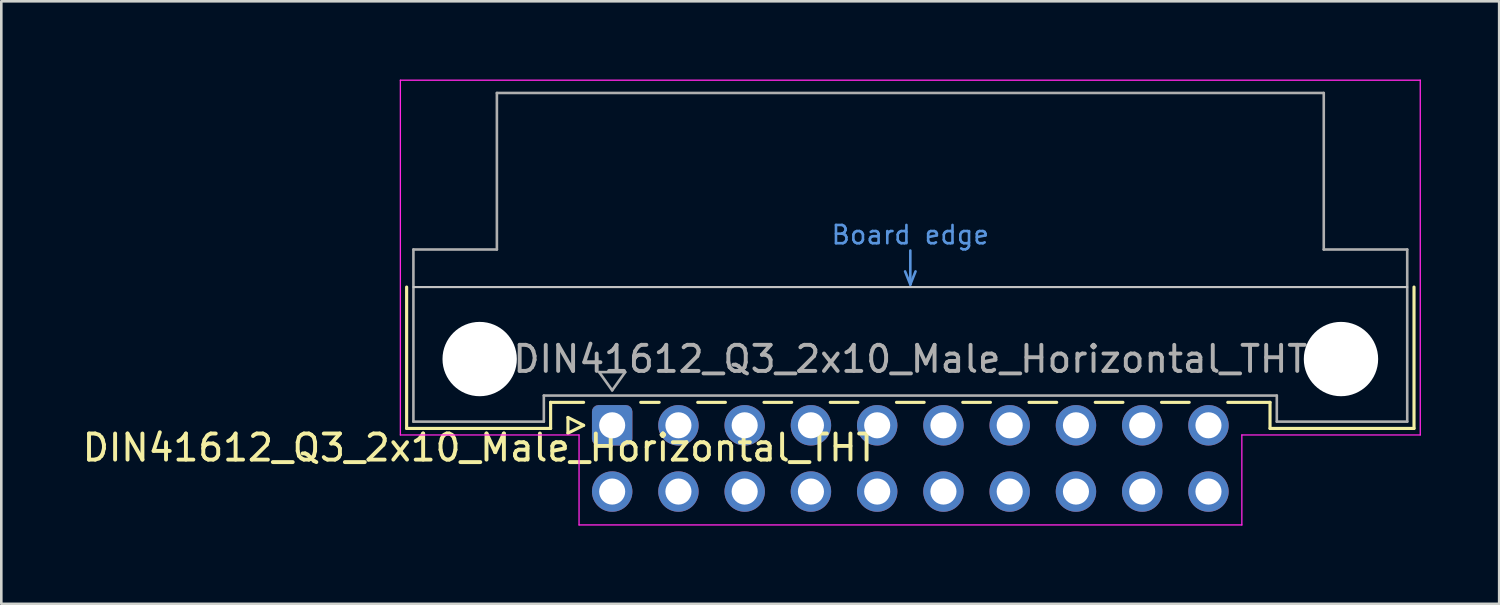
<source format=kicad_pcb>
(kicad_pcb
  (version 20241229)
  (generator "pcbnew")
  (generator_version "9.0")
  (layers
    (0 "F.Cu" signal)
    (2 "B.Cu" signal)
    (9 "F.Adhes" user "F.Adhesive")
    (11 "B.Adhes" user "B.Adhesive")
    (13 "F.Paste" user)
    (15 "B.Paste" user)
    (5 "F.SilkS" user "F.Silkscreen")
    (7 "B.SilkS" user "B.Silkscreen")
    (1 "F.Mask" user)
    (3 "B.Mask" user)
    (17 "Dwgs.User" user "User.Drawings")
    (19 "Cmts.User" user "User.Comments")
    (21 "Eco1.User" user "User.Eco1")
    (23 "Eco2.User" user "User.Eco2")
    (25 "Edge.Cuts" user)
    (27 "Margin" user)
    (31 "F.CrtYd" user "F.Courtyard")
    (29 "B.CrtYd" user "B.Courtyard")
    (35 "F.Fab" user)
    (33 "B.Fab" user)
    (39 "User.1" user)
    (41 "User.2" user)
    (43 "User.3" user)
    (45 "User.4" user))
  (footprint "DIN41612_Q3_2x10_Male_Horizontal_THT"
    (layer "F.Cu")
    (at 20.419 13.255)
    (property "Reference" "DIN41612_Q3_2x10_Male_Horizontal_THT" (at -5.08 0.86 0) (layer "F.SilkS") (effects (font (size 1 1) (thickness 0.15))))
    (attr through_hole)
    (fp_line (start -7.88 -5.3) (end -7.88 0.12) (stroke (width 0.12) (type solid)) (layer "F.SilkS"))
    (fp_line (start -7.88 0.12) (end -2.36 0.12) (stroke (width 0.12) (type solid)) (layer "F.SilkS"))
    (fp_line (start -2.361 -0.88) (end -1.095 -0.88) (stroke (width 0.12) (type solid)) (layer "F.SilkS"))
    (fp_line (start -2.36 0.12) (end -2.36 -0.88) (stroke (width 0.12) (type solid)) (layer "F.SilkS"))
    (fp_line (start -1.695 -0.3) (end -1.695 0.3) (stroke (width 0.12) (type solid)) (layer "F.SilkS"))
    (fp_line (start -1.695 0.3) (end -1.095 0) (stroke (width 0.12) (type solid)) (layer "F.SilkS"))
    (fp_line (start -1.095 0) (end -1.695 -0.3) (stroke (width 0.12) (type solid)) (layer "F.SilkS"))
    (fp_line (start 1.095 -0.88) (end 1.801 -0.88) (stroke (width 0.12) (type solid)) (layer "F.SilkS"))
    (fp_line (start 3.28 -0.88) (end 4.341 -0.88) (stroke (width 0.12) (type solid)) (layer "F.SilkS"))
    (fp_line (start 5.82 -0.88) (end 6.881 -0.88) (stroke (width 0.12) (type solid)) (layer "F.SilkS"))
    (fp_line (start 8.36 -0.88) (end 9.421 -0.88) (stroke (width 0.12) (type solid)) (layer "F.SilkS"))
    (fp_line (start 10.9 -0.88) (end 11.961 -0.88) (stroke (width 0.12) (type solid)) (layer "F.SilkS"))
    (fp_line (start 13.44 -0.88) (end 14.501 -0.88) (stroke (width 0.12) (type solid)) (layer "F.SilkS"))
    (fp_line (start 15.98 -0.88) (end 17.041 -0.88) (stroke (width 0.12) (type solid)) (layer "F.SilkS"))
    (fp_line (start 18.52 -0.88) (end 19.581 -0.88) (stroke (width 0.12) (type solid)) (layer "F.SilkS"))
    (fp_line (start 21.06 -0.88) (end 22.121 -0.88) (stroke (width 0.12) (type solid)) (layer "F.SilkS"))
    (fp_line (start 23.6 -0.88) (end 25.22 -0.88) (stroke (width 0.12) (type solid)) (layer "F.SilkS"))
    (fp_line (start 25.22 0.12) (end 25.22 -0.88) (stroke (width 0.12) (type solid)) (layer "F.SilkS"))
    (fp_line (start 30.74 -5.3) (end 30.74 0.12) (stroke (width 0.12) (type solid)) (layer "F.SilkS"))
    (fp_line (start 30.74 0.12) (end 25.22 0.12) (stroke (width 0.12) (type solid)) (layer "F.SilkS"))
    (fp_line (start -7.62 -5.3) (end 30.48 -5.3) (stroke (width 0.08) (type solid)) (layer "Dwgs.User"))
    (fp_line (start 11.23 -5.9) (end 11.43 -5.4) (stroke (width 0.1) (type solid)) (layer "Cmts.User"))
    (fp_line (start 11.43 -5.4) (end 11.43 -6.7) (stroke (width 0.1) (type solid)) (layer "Cmts.User"))
    (fp_line (start 11.43 -5.4) (end 11.63 -5.9) (stroke (width 0.1) (type solid)) (layer "Cmts.User"))
    (fp_line (start -8.12 -13.23) (end -8.12 0.37) (stroke (width 0.05) (type solid)) (layer "F.CrtYd"))
    (fp_line (start -8.12 0.37) (end -1.27 0.37) (stroke (width 0.05) (type solid)) (layer "F.CrtYd"))
    (fp_line (start -1.27 0.37) (end -1.27 3.82) (stroke (width 0.05) (type solid)) (layer "F.CrtYd"))
    (fp_line (start -1.27 3.82) (end 24.14 3.82) (stroke (width 0.05) (type solid)) (layer "F.CrtYd"))
    (fp_line (start 24.14 0.37) (end 30.98 0.37) (stroke (width 0.05) (type solid)) (layer "F.CrtYd"))
    (fp_line (start 24.14 3.82) (end 24.14 0.37) (stroke (width 0.05) (type solid)) (layer "F.CrtYd"))
    (fp_line (start 30.98 -13.23) (end -8.12 -13.23) (stroke (width 0.05) (type solid)) (layer "F.CrtYd"))
    (fp_line (start 30.98 0.37) (end 30.98 -13.23) (stroke (width 0.05) (type solid)) (layer "F.CrtYd"))
    (fp_line (start -7.62 -6.74) (end -7.62 -0.14) (stroke (width 0.1) (type solid)) (layer "F.Fab"))
    (fp_line (start -7.62 -0.14) (end -2.62 -0.14) (stroke (width 0.1) (type solid)) (layer "F.Fab"))
    (fp_line (start -4.42 -12.74) (end -4.42 -6.74) (stroke (width 0.1) (type solid)) (layer "F.Fab"))
    (fp_line (start -4.42 -6.74) (end -7.62 -6.74) (stroke (width 0.1) (type solid)) (layer "F.Fab"))
    (fp_line (start -2.62 -1.14) (end 25.48 -1.14) (stroke (width 0.1) (type solid)) (layer "F.Fab"))
    (fp_line (start -2.62 -0.14) (end -2.62 -1.14) (stroke (width 0.1) (type solid)) (layer "F.Fab"))
    (fp_line (start -0.5 -2.04) (end 0.5 -2.04) (stroke (width 0.1) (type solid)) (layer "F.Fab"))
    (fp_line (start 0 -1.34) (end -0.5 -2.04) (stroke (width 0.1) (type solid)) (layer "F.Fab"))
    (fp_line (start 0.5 -2.04) (end 0 -1.34) (stroke (width 0.1) (type solid)) (layer "F.Fab"))
    (fp_line (start 25.48 -1.14) (end 25.48 -0.14) (stroke (width 0.1) (type solid)) (layer "F.Fab"))
    (fp_line (start 25.48 -0.14) (end 30.48 -0.14) (stroke (width 0.1) (type solid)) (layer "F.Fab"))
    (fp_line (start 27.28 -12.74) (end -4.42 -12.74) (stroke (width 0.1) (type solid)) (layer "F.Fab"))
    (fp_line (start 27.28 -6.74) (end 27.28 -12.74) (stroke (width 0.1) (type solid)) (layer "F.Fab"))
    (fp_line (start 30.48 -6.74) (end 27.28 -6.74) (stroke (width 0.1) (type solid)) (layer "F.Fab"))
    (fp_line (start 30.48 -0.14) (end 30.48 -6.74) (stroke (width 0.1) (type solid)) (layer "F.Fab"))
    (fp_text user "Board edge" (at 11.43 -7.3 0) (layer "Cmts.User") (effects (font (size 0.7 0.7) (thickness 0.1))))
    (fp_text user "${REFERENCE}" (at 11.43 -2.54 0) (layer "F.Fab") (effects (font (size 1 1) (thickness 0.15))))
    (pad "" np_thru_hole circle (at -5.08 -2.54) (size 2.85 2.85) (drill 2.85) (layers "*.Cu" "*.Mask"))
    (pad "" np_thru_hole circle (at 27.94 -2.54) (size 2.85 2.85) (drill 2.85) (layers "*.Cu" "*.Mask"))
    (pad "a1" thru_hole roundrect (at 0 0) (size 1.55 1.55) (drill 1) (layers "*.Cu" "*.Mask") (roundrect_rratio 0.161))
    (pad "a2" thru_hole circle (at 2.54 0) (size 1.55 1.55) (drill 1) (layers "*.Cu" "*.Mask"))
    (pad "a3" thru_hole circle (at 5.08 0) (size 1.55 1.55) (drill 1) (layers "*.Cu" "*.Mask"))
    (pad "a4" thru_hole circle (at 7.62 0) (size 1.55 1.55) (drill 1) (layers "*.Cu" "*.Mask"))
    (pad "a5" thru_hole circle (at 10.16 0) (size 1.55 1.55) (drill 1) (layers "*.Cu" "*.Mask"))
    (pad "a6" thru_hole circle (at 12.7 0) (size 1.55 1.55) (drill 1) (layers "*.Cu" "*.Mask"))
    (pad "a7" thru_hole circle (at 15.24 0) (size 1.55 1.55) (drill 1) (layers "*.Cu" "*.Mask"))
    (pad "a8" thru_hole circle (at 17.78 0) (size 1.55 1.55) (drill 1) (layers "*.Cu" "*.Mask"))
    (pad "a9" thru_hole circle (at 20.32 0) (size 1.55 1.55) (drill 1) (layers "*.Cu" "*.Mask"))
    (pad "a10" thru_hole circle (at 22.86 0) (size 1.55 1.55) (drill 1) (layers "*.Cu" "*.Mask"))
    (pad "b1" thru_hole circle (at 0 2.54) (size 1.55 1.55) (drill 1) (layers "*.Cu" "*.Mask"))
    (pad "b2" thru_hole circle (at 2.54 2.54) (size 1.55 1.55) (drill 1) (layers "*.Cu" "*.Mask"))
    (pad "b3" thru_hole circle (at 5.08 2.54) (size 1.55 1.55) (drill 1) (layers "*.Cu" "*.Mask"))
    (pad "b4" thru_hole circle (at 7.62 2.54) (size 1.55 1.55) (drill 1) (layers "*.Cu" "*.Mask"))
    (pad "b5" thru_hole circle (at 10.16 2.54) (size 1.55 1.55) (drill 1) (layers "*.Cu" "*.Mask"))
    (pad "b6" thru_hole circle (at 12.7 2.54) (size 1.55 1.55) (drill 1) (layers "*.Cu" "*.Mask"))
    (pad "b7" thru_hole circle (at 15.24 2.54) (size 1.55 1.55) (drill 1) (layers "*.Cu" "*.Mask"))
    (pad "b8" thru_hole circle (at 17.78 2.54) (size 1.55 1.55) (drill 1) (layers "*.Cu" "*.Mask"))
    (pad "b9" thru_hole circle (at 20.32 2.54) (size 1.55 1.55) (drill 1) (layers "*.Cu" "*.Mask"))
    (pad "b10" thru_hole circle (at 22.86 2.54) (size 1.55 1.55) (drill 1) (layers "*.Cu" "*.Mask")))
  (gr_rect
    (start -3 -3)
    (end 54.424 20.1)
    (stroke (width 0.1) (type default))
    (fill no)
    (layer "Edge.Cuts")))
</source>
